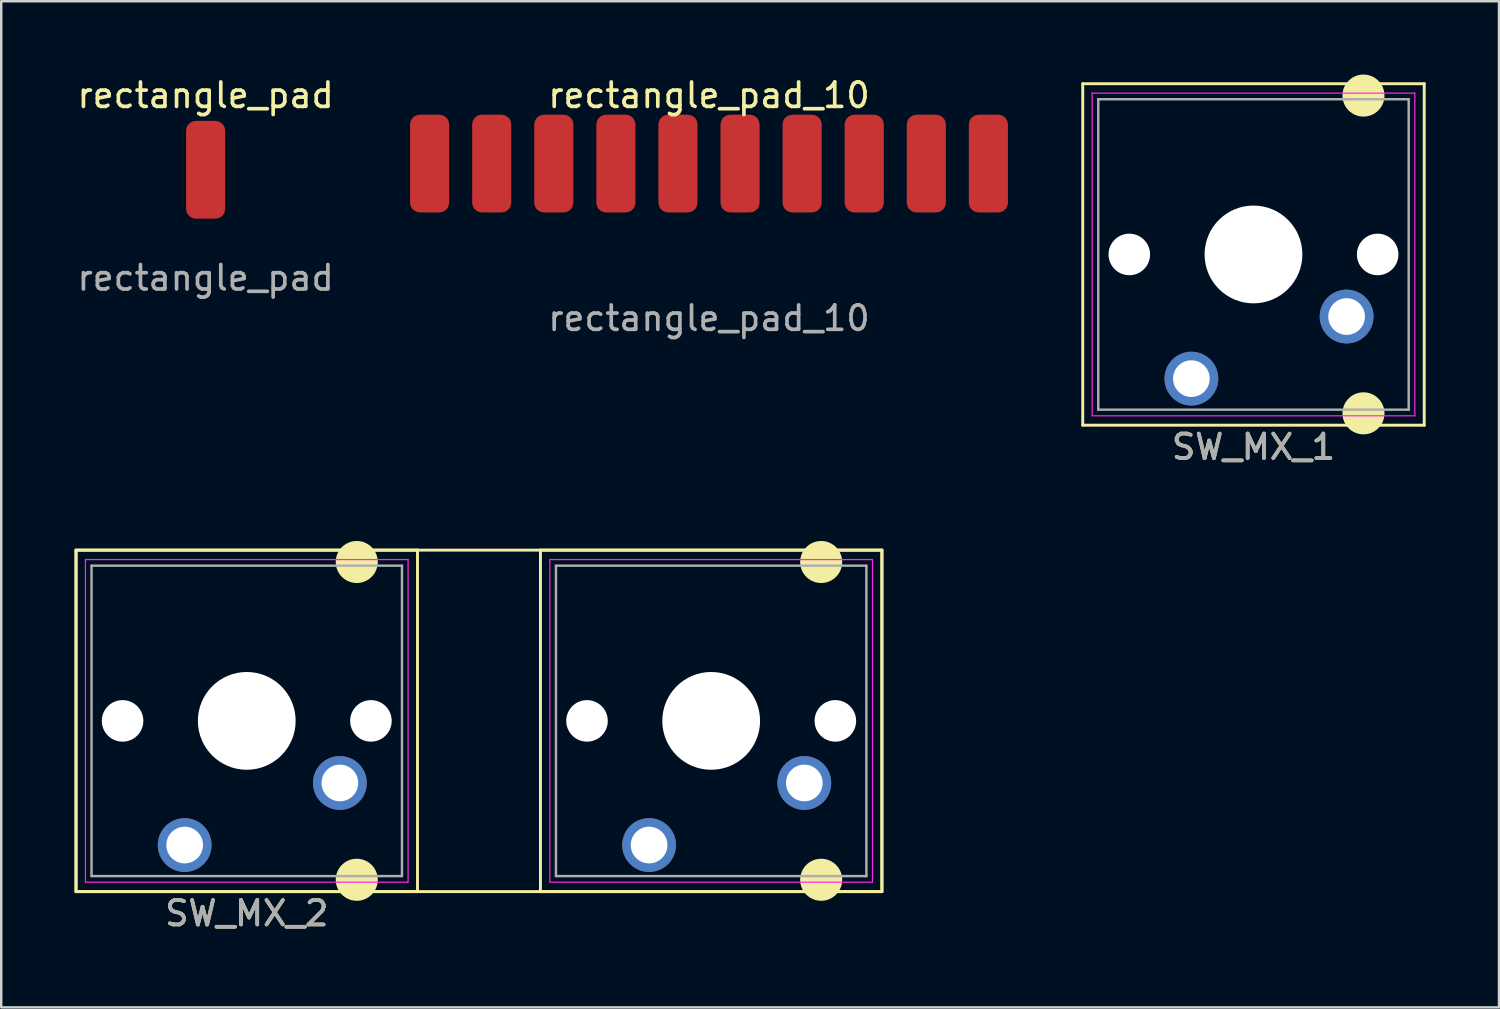
<source format=kicad_pcb>
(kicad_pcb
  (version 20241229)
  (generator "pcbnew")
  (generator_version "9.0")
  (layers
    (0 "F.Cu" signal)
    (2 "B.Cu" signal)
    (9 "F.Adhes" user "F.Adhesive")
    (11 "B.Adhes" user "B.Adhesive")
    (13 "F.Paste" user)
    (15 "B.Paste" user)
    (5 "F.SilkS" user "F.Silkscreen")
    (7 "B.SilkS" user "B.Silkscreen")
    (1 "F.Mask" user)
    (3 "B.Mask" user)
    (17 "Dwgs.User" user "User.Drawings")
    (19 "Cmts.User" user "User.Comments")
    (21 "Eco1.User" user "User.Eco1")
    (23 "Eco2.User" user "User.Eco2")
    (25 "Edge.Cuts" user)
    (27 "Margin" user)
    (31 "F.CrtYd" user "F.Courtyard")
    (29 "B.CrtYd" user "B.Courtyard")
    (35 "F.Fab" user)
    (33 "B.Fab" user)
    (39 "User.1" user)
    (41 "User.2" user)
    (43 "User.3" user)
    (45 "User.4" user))
  (footprint "rectangle_pad"
    (layer "F.Cu")
    (at 5.363 3.896)
    (property "Reference" "rectangle_pad" (at 0 -3.048 0) (unlocked yes) (layer "F.SilkS") (effects (font (size 1 1) (thickness 0.15))))
    (attr smd)
    (fp_text user "${REFERENCE}" (at 0 4.421 0) (unlocked yes) (layer "F.Fab") (effects (font (size 1 1) (thickness 0.15))))
    (pad "1" smd roundrect (at 0 0) (size 1.6 4) (layers "F.Cu" "F.Mask" "F.Paste") (roundrect_rratio 0.25)))
  (footprint "rectangle_pad_10"
    (layer "F.Cu")
    (at 25.956 3.642)
    (property "Reference" "rectangle_pad_10" (at 0 -2.794 0) (unlocked yes) (layer "F.SilkS") (effects (font (size 1 1) (thickness 0.15))))
    (attr smd)
    (fp_text user "${REFERENCE}" (at 0 6.326 0) (unlocked yes) (layer "F.Fab") (effects (font (size 1 1) (thickness 0.15))))
    (pad "1" smd roundrect (at -11.43 0) (size 1.6 4) (layers "F.Cu" "F.Mask" "F.Paste") (roundrect_rratio 0.25))
    (pad "2" smd roundrect (at -8.89 0) (size 1.6 4) (layers "F.Cu" "F.Mask" "F.Paste") (roundrect_rratio 0.25))
    (pad "3" smd roundrect (at -6.35 0) (size 1.6 4) (layers "F.Cu" "F.Mask" "F.Paste") (roundrect_rratio 0.25))
    (pad "4" smd roundrect (at -3.81 0) (size 1.6 4) (layers "F.Cu" "F.Mask" "F.Paste") (roundrect_rratio 0.25))
    (pad "5" smd roundrect (at -1.27 0) (size 1.6 4) (layers "F.Cu" "F.Mask" "F.Paste") (roundrect_rratio 0.25))
    (pad "6" smd roundrect (at 1.27 0) (size 1.6 4) (layers "F.Cu" "F.Mask" "F.Paste") (roundrect_rratio 0.25))
    (pad "7" smd roundrect (at 3.81 0) (size 1.6 4) (layers "F.Cu" "F.Mask" "F.Paste") (roundrect_rratio 0.25))
    (pad "8" smd roundrect (at 6.35 0) (size 1.6 4) (layers "F.Cu" "F.Mask" "F.Paste") (roundrect_rratio 0.25))
    (pad "9" smd roundrect (at 8.89 0) (size 1.6 4) (layers "F.Cu" "F.Mask" "F.Paste") (roundrect_rratio 0.25))
    (pad "10" smd roundrect (at 11.43 0) (size 1.6 4) (layers "F.Cu" "F.Mask" "F.Paste") (roundrect_rratio 0.25)))
  (footprint "SW_MX_1"
    (layer "F.Cu")
    (at 50.771 2.28)
    (property "Reference" "SW_MX_1" (at -2.54 12.954 180) (layer "F.SilkS") (effects (font (size 1 1) (thickness 0.15))))
    (attr through_hole)
    (fp_line (start -9.525 -1.905) (end 4.445 -1.905) (stroke (width 0.12) (type solid)) (layer "F.SilkS"))
    (fp_line (start -9.525 12.065) (end -9.525 -1.905) (stroke (width 0.12) (type solid)) (layer "F.SilkS"))
    (fp_line (start 4.445 -1.905) (end 4.445 12.065) (stroke (width 0.12) (type solid)) (layer "F.SilkS"))
    (fp_line (start 4.445 12.065) (end -9.525 12.065) (stroke (width 0.12) (type solid)) (layer "F.SilkS"))
    (fp_circle (center 1.96 -1.42) (end 2.76 -1.42) (stroke (width 0.12) (type solid)) (fill yes) (layer "F.SilkS"))
    (fp_circle (center 1.96 11.58) (end 2.76 11.58) (stroke (width 0.12) (type solid)) (fill yes) (layer "F.SilkS"))
    (fp_line (start -9.14 -1.52) (end 4.06 -1.52) (stroke (width 0.05) (type solid)) (layer "F.CrtYd"))
    (fp_line (start -9.14 11.68) (end -9.14 -1.52) (stroke (width 0.05) (type solid)) (layer "F.CrtYd"))
    (fp_line (start 4.06 -1.52) (end 4.06 11.68) (stroke (width 0.05) (type solid)) (layer "F.CrtYd"))
    (fp_line (start 4.06 11.68) (end -9.14 11.68) (stroke (width 0.05) (type solid)) (layer "F.CrtYd"))
    (fp_line (start -8.89 -1.27) (end 3.81 -1.27) (stroke (width 0.1) (type solid)) (layer "F.Fab"))
    (fp_line (start -8.89 11.43) (end -8.89 -1.27) (stroke (width 0.1) (type solid)) (layer "F.Fab"))
    (fp_line (start 3.81 -1.27) (end 3.81 11.43) (stroke (width 0.1) (type solid)) (layer "F.Fab"))
    (fp_line (start 3.81 11.43) (end -8.89 11.43) (stroke (width 0.1) (type solid)) (layer "F.Fab"))
    (fp_text user "${REFERENCE}" (at -2.54 12.954 180) (layer "F.Fab") (effects (font (size 1 1) (thickness 0.15))))
    (pad "" np_thru_hole circle (at -7.62 5.08 180) (size 1.7 1.7) (drill 1.7) (layers "*.Cu" "*.Mask"))
    (pad "" thru_hole circle (at -5.08 10.16 180) (size 2.2 2.2) (drill 1.5) (layers "*.Cu" "*.Mask"))
    (pad "" np_thru_hole circle (at -2.54 5.08 180) (size 4 4) (drill 4) (layers "*.Cu" "*.Mask"))
    (pad "" thru_hole circle (at 1.27 7.62 180) (size 2.2 2.2) (drill 1.5) (layers "*.Cu" "*.Mask"))
    (pad "" np_thru_hole circle (at 2.54 5.08 180) (size 1.7 1.7) (drill 1.7) (layers "*.Cu" "*.Mask")))
  (footprint "SW_MX_2"
    (layer "F.Cu")
    (at 9.585 21.362)
    (property "Reference" "SW_MX_2" (at -2.54 12.954 180) (layer "F.SilkS") (effects (font (size 1 1) (thickness 0.15))))
    (attr through_hole)
    (fp_line (start -9.525 -1.905) (end 4.445 -1.905) (stroke (width 0.12) (type solid)) (layer "F.SilkS"))
    (fp_line (start -9.525 12.065) (end -9.525 -1.905) (stroke (width 0.12) (type solid)) (layer "F.SilkS"))
    (fp_line (start 4.445 -1.905) (end 4.445 12.065) (stroke (width 0.12) (type solid)) (layer "F.SilkS"))
    (fp_line (start 4.445 12.065) (end -9.525 12.065) (stroke (width 0.12) (type solid)) (layer "F.SilkS"))
    (fp_line (start 9.475 -1.905) (end 23.445 -1.905) (stroke (width 0.12) (type solid)) (layer "F.SilkS"))
    (fp_line (start 9.475 12.065) (end 9.475 -1.905) (stroke (width 0.12) (type solid)) (layer "F.SilkS"))
    (fp_line (start 23.445 -1.905) (end 23.445 12.065) (stroke (width 0.12) (type solid)) (layer "F.SilkS"))
    (fp_line (start 23.445 12.065) (end 9.475 12.065) (stroke (width 0.12) (type solid)) (layer "F.SilkS"))
    (fp_rect (start -9.525 -1.905) (end 23.445 12.065) (stroke (width 0.12) (type default)) (fill no) (layer "F.SilkS"))
    (fp_circle (center 1.96 -1.42) (end 2.76 -1.42) (stroke (width 0.12) (type solid)) (fill yes) (layer "F.SilkS"))
    (fp_circle (center 1.96 11.58) (end 2.76 11.58) (stroke (width 0.12) (type solid)) (fill yes) (layer "F.SilkS"))
    (fp_circle (center 20.96 -1.42) (end 21.76 -1.42) (stroke (width 0.12) (type solid)) (fill yes) (layer "F.SilkS"))
    (fp_circle (center 20.96 11.58) (end 21.76 11.58) (stroke (width 0.12) (type solid)) (fill yes) (layer "F.SilkS"))
    (fp_line (start -9.14 -1.52) (end 4.06 -1.52) (stroke (width 0.05) (type solid)) (layer "F.CrtYd"))
    (fp_line (start -9.14 11.68) (end -9.14 -1.52) (stroke (width 0.05) (type solid)) (layer "F.CrtYd"))
    (fp_line (start 4.06 -1.52) (end 4.06 11.68) (stroke (width 0.05) (type solid)) (layer "F.CrtYd"))
    (fp_line (start 4.06 11.68) (end -9.14 11.68) (stroke (width 0.05) (type solid)) (layer "F.CrtYd"))
    (fp_line (start 9.86 -1.52) (end 23.06 -1.52) (stroke (width 0.05) (type solid)) (layer "F.CrtYd"))
    (fp_line (start 9.86 11.68) (end 9.86 -1.52) (stroke (width 0.05) (type solid)) (layer "F.CrtYd"))
    (fp_line (start 23.06 -1.52) (end 23.06 11.68) (stroke (width 0.05) (type solid)) (layer "F.CrtYd"))
    (fp_line (start 23.06 11.68) (end 9.86 11.68) (stroke (width 0.05) (type solid)) (layer "F.CrtYd"))
    (fp_line (start -8.89 -1.27) (end 3.81 -1.27) (stroke (width 0.1) (type solid)) (layer "F.Fab"))
    (fp_line (start -8.89 11.43) (end -8.89 -1.27) (stroke (width 0.1) (type solid)) (layer "F.Fab"))
    (fp_line (start 3.81 -1.27) (end 3.81 11.43) (stroke (width 0.1) (type solid)) (layer "F.Fab"))
    (fp_line (start 3.81 11.43) (end -8.89 11.43) (stroke (width 0.1) (type solid)) (layer "F.Fab"))
    (fp_line (start 10.11 -1.27) (end 22.81 -1.27) (stroke (width 0.1) (type solid)) (layer "F.Fab"))
    (fp_line (start 10.11 11.43) (end 10.11 -1.27) (stroke (width 0.1) (type solid)) (layer "F.Fab"))
    (fp_line (start 22.81 -1.27) (end 22.81 11.43) (stroke (width 0.1) (type solid)) (layer "F.Fab"))
    (fp_line (start 22.81 11.43) (end 10.11 11.43) (stroke (width 0.1) (type solid)) (layer "F.Fab"))
    (fp_text user "${REFERENCE}" (at -2.54 12.954 180) (layer "F.Fab") (effects (font (size 1 1) (thickness 0.15))))
    (pad "" np_thru_hole circle (at -7.62 5.08 180) (size 1.7 1.7) (drill 1.7) (layers "*.Cu" "*.Mask"))
    (pad "" thru_hole circle (at -5.08 10.16 180) (size 2.2 2.2) (drill 1.5) (layers "*.Cu" "*.Mask"))
    (pad "" np_thru_hole circle (at -2.54 5.08 180) (size 4 4) (drill 4) (layers "*.Cu" "*.Mask"))
    (pad "" thru_hole circle (at 1.27 7.62 180) (size 2.2 2.2) (drill 1.5) (layers "*.Cu" "*.Mask"))
    (pad "" np_thru_hole circle (at 2.54 5.08 180) (size 1.7 1.7) (drill 1.7) (layers "*.Cu" "*.Mask"))
    (pad "" np_thru_hole circle (at 11.38 5.08 180) (size 1.7 1.7) (drill 1.7) (layers "*.Cu" "*.Mask"))
    (pad "" thru_hole circle (at 13.92 10.16 180) (size 2.2 2.2) (drill 1.5) (layers "*.Cu" "*.Mask"))
    (pad "" np_thru_hole circle (at 16.46 5.08 180) (size 4 4) (drill 4) (layers "*.Cu" "*.Mask"))
    (pad "" thru_hole circle (at 20.27 7.62 180) (size 2.2 2.2) (drill 1.5) (layers "*.Cu" "*.Mask"))
    (pad "" np_thru_hole circle (at 21.54 5.08 180) (size 1.7 1.7) (drill 1.7) (layers "*.Cu" "*.Mask")))
  (gr_rect
    (start -3 -3)
    (end 58.276 38.164)
    (stroke (width 0.1) (type default))
    (fill no)
    (layer "Edge.Cuts")))
</source>
